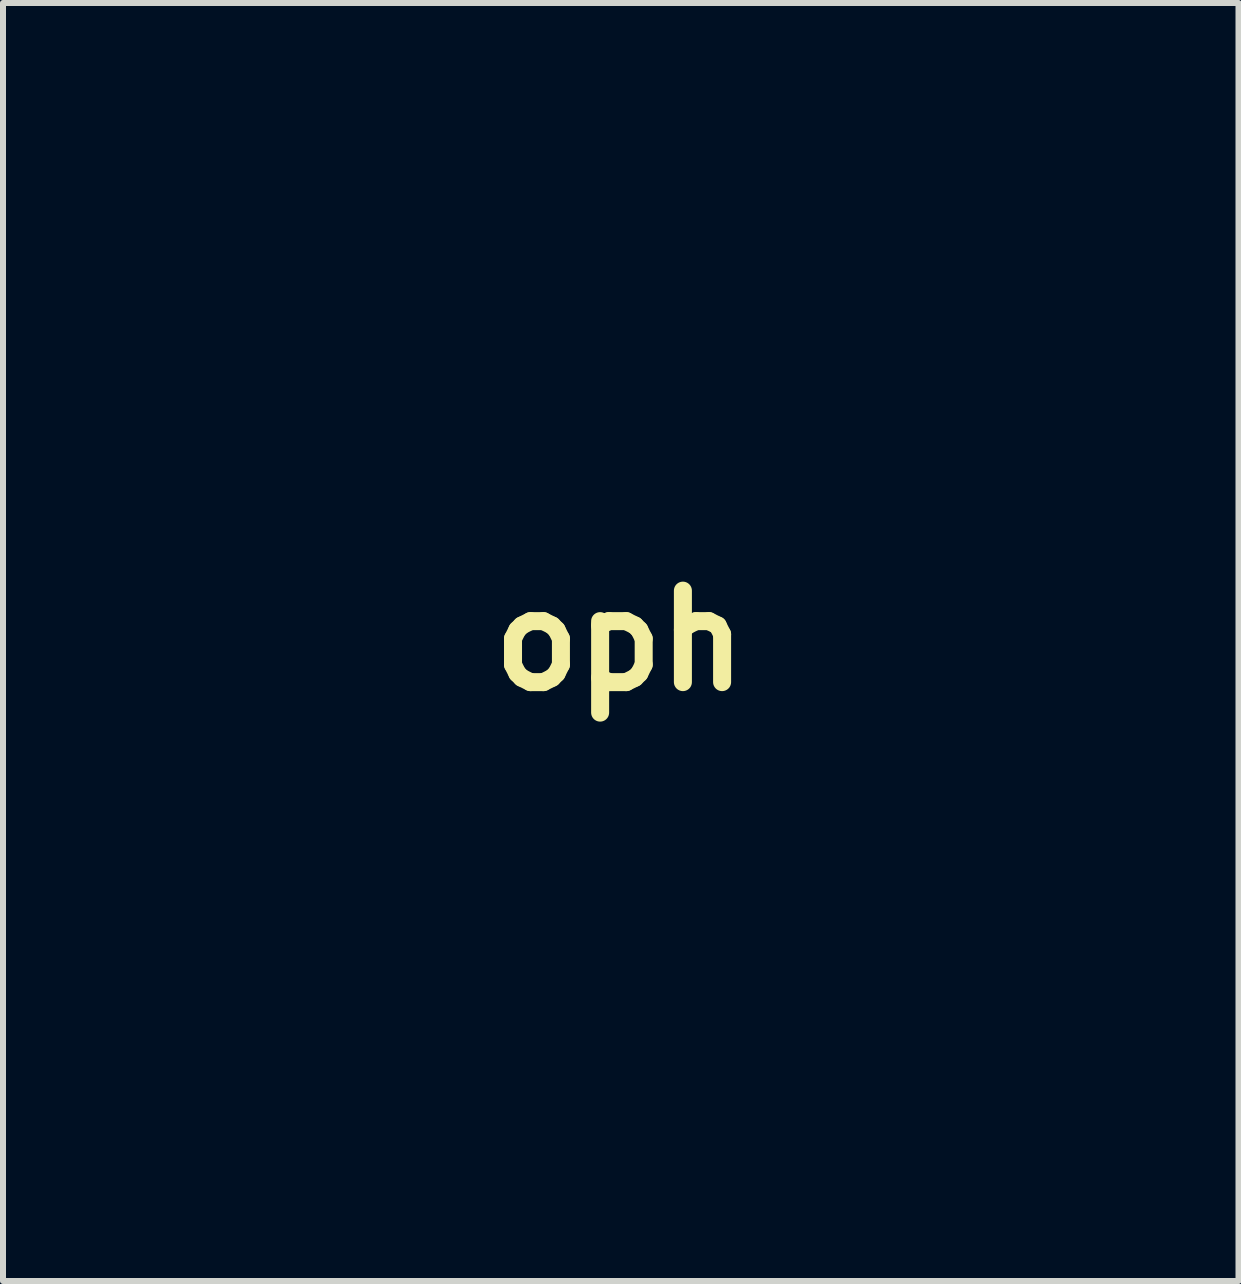
<source format=kicad_pcb>
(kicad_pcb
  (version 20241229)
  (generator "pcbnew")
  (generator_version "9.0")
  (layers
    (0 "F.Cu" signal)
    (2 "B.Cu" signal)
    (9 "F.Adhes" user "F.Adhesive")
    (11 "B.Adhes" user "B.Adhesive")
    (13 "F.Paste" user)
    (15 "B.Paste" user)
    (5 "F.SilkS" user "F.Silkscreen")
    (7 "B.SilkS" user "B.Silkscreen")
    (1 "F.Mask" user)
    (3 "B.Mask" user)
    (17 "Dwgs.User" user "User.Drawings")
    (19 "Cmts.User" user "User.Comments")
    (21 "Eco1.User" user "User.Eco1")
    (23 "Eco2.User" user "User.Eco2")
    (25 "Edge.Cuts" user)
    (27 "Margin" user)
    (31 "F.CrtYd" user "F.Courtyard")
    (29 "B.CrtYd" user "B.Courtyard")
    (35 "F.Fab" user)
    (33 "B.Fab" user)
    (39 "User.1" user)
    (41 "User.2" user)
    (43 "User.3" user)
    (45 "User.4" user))
  (footprint "oph"
    (layer "F.Cu")
    (at 7.275 7.625)
    (property "Reference" "oph" (at 0 0 0) (layer "F.SilkS") (effects (font (size 1.524 1.524) (thickness 0.3))))
    (attr through_hole)
    (fp_poly (pts (xy -2.052 6.197) (xy -1.914 6.226) (xy -1.875 6.29) (xy -1.879 6.329) (xy -1.982 6.445) (xy -2.16 6.474) (xy -2.413 6.477) (xy -2.438 7.048) (xy -2.457 7.355) (xy -2.489 7.528) (xy -2.545 7.604) (xy -2.629 7.62) (xy -2.709 7.606) (xy -2.759 7.54) (xy -2.784 7.39) (xy -2.793 7.123) (xy -2.794 6.909) (xy -2.794 6.198) (xy -2.323 6.193) (xy -2.052 6.197)) (stroke (width 0.01) (type solid)) (fill no) (layer "Eco2.User"))
    (fp_poly (pts (xy 4.144 6.203) (xy 4.281 6.238) (xy 4.296 6.289) (xy 4.195 6.379) (xy 4.057 6.422) (xy 3.84 6.481) (xy 3.712 6.607) (xy 3.653 6.835) (xy 3.641 7.122) (xy 3.631 7.414) (xy 3.595 7.569) (xy 3.525 7.619) (xy 3.514 7.62) (xy 3.45 7.589) (xy 3.411 7.476) (xy 3.391 7.251) (xy 3.387 6.915) (xy 3.387 6.211) (xy 3.859 6.198) (xy 4.144 6.203)) (stroke (width 0.01) (type solid)) (fill no) (layer "Eco2.User"))
    (fp_poly (pts (xy 4.56 3.782) (xy 4.685 3.84) (xy 4.66 3.932) (xy 4.648 3.947) (xy 4.491 4.041) (xy 4.353 4.064) (xy 4.159 4.127) (xy 4.037 4.323) (xy 3.983 4.662) (xy 3.979 4.82) (xy 3.966 5.089) (xy 3.92 5.221) (xy 3.852 5.249) (xy 3.789 5.219) (xy 3.75 5.108) (xy 3.731 4.887) (xy 3.725 4.527) (xy 3.725 4.52) (xy 3.727 4.169) (xy 3.739 3.957) (xy 3.769 3.852) (xy 3.826 3.823) (xy 3.908 3.838) (xy 4.12 3.845) (xy 4.233 3.81) (xy 4.429 3.768) (xy 4.56 3.782)) (stroke (width 0.01) (type solid)) (fill no) (layer "Eco2.User"))
    (fp_poly (pts (xy 5.653 3.832) (xy 5.817 3.946) (xy 5.819 4.037) (xy 5.668 4.094) (xy 5.475 4.106) (xy 5.243 4.122) (xy 5.119 4.192) (xy 5.047 4.336) (xy 5.017 4.631) (xy 5.068 4.791) (xy 5.153 4.935) (xy 5.269 4.985) (xy 5.48 4.966) (xy 5.501 4.963) (xy 5.741 4.95) (xy 5.874 4.993) (xy 5.878 5.074) (xy 5.765 5.16) (xy 5.449 5.251) (xy 5.148 5.201) (xy 4.917 5.026) (xy 4.772 4.739) (xy 4.748 4.441) (xy 4.827 4.163) (xy 4.987 3.937) (xy 5.211 3.797) (xy 5.477 3.774) (xy 5.653 3.832)) (stroke (width 0.01) (type solid)) (fill no) (layer "Eco2.User"))
    (fp_poly (pts (xy 3.324 3.841) (xy 3.363 3.954) (xy 3.382 4.179) (xy 3.387 4.515) (xy 3.387 5.219) (xy 2.931 5.231) (xy 2.619 5.221) (xy 2.424 5.161) (xy 2.339 5.092) (xy 2.261 4.931) (xy 2.212 4.685) (xy 2.192 4.402) (xy 2.201 4.131) (xy 2.24 3.918) (xy 2.31 3.814) (xy 2.328 3.81) (xy 2.403 3.85) (xy 2.443 3.992) (xy 2.455 4.266) (xy 2.455 4.301) (xy 2.481 4.665) (xy 2.565 4.887) (xy 2.717 4.986) (xy 2.808 4.995) (xy 2.98 4.917) (xy 3.089 4.686) (xy 3.132 4.307) (xy 3.133 4.239) (xy 3.146 3.971) (xy 3.192 3.839) (xy 3.26 3.81) (xy 3.324 3.841)) (stroke (width 0.01) (type solid)) (fill no) (layer "Eco2.User"))
    (fp_poly (pts (xy -1.863 3.888) (xy -1.822 3.928) (xy -1.703 4.07) (xy -1.638 4.233) (xy -1.612 4.472) (xy -1.609 4.695) (xy -1.614 4.995) (xy -1.638 5.162) (xy -1.69 5.235) (xy -1.774 5.249) (xy -1.864 5.23) (xy -1.917 5.147) (xy -1.947 4.964) (xy -1.965 4.678) (xy -1.99 4.106) (xy -2.498 4.106) (xy -2.523 4.678) (xy -2.546 5) (xy -2.587 5.181) (xy -2.652 5.247) (xy -2.671 5.249) (xy -2.733 5.216) (xy -2.771 5.095) (xy -2.789 4.86) (xy -2.794 4.531) (xy -2.792 4.182) (xy -2.779 3.971) (xy -2.746 3.863) (xy -2.686 3.826) (xy -2.603 3.826) (xy -2.362 3.809) (xy -2.224 3.777) (xy -2.046 3.769) (xy -1.863 3.888)) (stroke (width 0.01) (type solid)) (fill no) (layer "Eco2.User"))
    (fp_poly (pts (xy -6.447 3.818) (xy -6.225 3.977) (xy -6.089 4.236) (xy -6.047 4.548) (xy -6.107 4.863) (xy -6.247 5.101) (xy -6.443 5.215) (xy -6.706 5.244) (xy -6.956 5.188) (xy -7.063 5.116) (xy -7.216 4.865) (xy -7.259 4.622) (xy -6.988 4.622) (xy -6.945 4.776) (xy -6.846 4.944) (xy -6.687 4.985) (xy -6.625 4.98) (xy -6.487 4.951) (xy -6.418 4.875) (xy -6.395 4.707) (xy -6.392 4.53) (xy -6.398 4.279) (xy -6.432 4.154) (xy -6.52 4.111) (xy -6.639 4.106) (xy -6.855 4.176) (xy -6.977 4.359) (xy -6.988 4.622) (xy -7.259 4.622) (xy -7.27 4.555) (xy -7.231 4.24) (xy -7.104 3.976) (xy -6.932 3.833) (xy -6.692 3.77) (xy -6.447 3.818)) (stroke (width 0.01) (type solid)) (fill no) (layer "Eco2.User"))
    (fp_poly (pts (xy 1.501 3.817) (xy 1.695 3.913) (xy 1.804 4.047) (xy 1.852 4.264) (xy 1.861 4.538) (xy 1.837 4.857) (xy 1.756 5.057) (xy 1.708 5.109) (xy 1.501 5.212) (xy 1.236 5.247) (xy 1.005 5.206) (xy 0.965 5.185) (xy 0.799 4.985) (xy 0.702 4.69) (xy 0.696 4.589) (xy 0.948 4.589) (xy 1.012 4.803) (xy 1.143 4.949) (xy 1.31 4.995) (xy 1.484 4.912) (xy 1.519 4.874) (xy 1.579 4.714) (xy 1.596 4.476) (xy 1.593 4.43) (xy 1.563 4.218) (xy 1.49 4.127) (xy 1.334 4.106) (xy 1.314 4.106) (xy 1.111 4.145) (xy 0.998 4.292) (xy 0.982 4.336) (xy 0.948 4.589) (xy 0.696 4.589) (xy 0.684 4.365) (xy 0.757 4.074) (xy 0.767 4.054) (xy 0.959 3.859) (xy 1.232 3.777) (xy 1.501 3.817)) (stroke (width 0.01) (type solid)) (fill no) (layer "Eco2.User"))
    (fp_poly (pts (xy 6.958 3.83) (xy 7.144 4.03) (xy 7.253 4.345) (xy 7.303 4.657) (xy 6.821 4.657) (xy 6.546 4.664) (xy 6.406 4.692) (xy 6.362 4.755) (xy 6.367 4.805) (xy 6.442 4.91) (xy 6.634 4.958) (xy 6.733 4.964) (xy 7.008 4.975) (xy 7.144 4.995) (xy 7.172 5.036) (xy 7.122 5.111) (xy 7.112 5.122) (xy 6.931 5.225) (xy 6.674 5.249) (xy 6.413 5.197) (xy 6.222 5.079) (xy 6.098 4.82) (xy 6.068 4.515) (xy 6.12 4.204) (xy 6.356 4.204) (xy 6.37 4.32) (xy 6.523 4.392) (xy 6.646 4.403) (xy 6.868 4.374) (xy 6.943 4.284) (xy 6.943 4.279) (xy 6.872 4.129) (xy 6.706 4.047) (xy 6.518 4.065) (xy 6.496 4.075) (xy 6.356 4.204) (xy 6.12 4.204) (xy 6.126 4.17) (xy 6.279 3.924) (xy 6.491 3.782) (xy 6.729 3.749) (xy 6.958 3.83)) (stroke (width 0.01) (type solid)) (fill no) (layer "Eco2.User"))
    (fp_poly (pts (xy -3.429 3.858) (xy -3.234 4.04) (xy -3.137 4.304) (xy -3.133 4.373) (xy -3.133 4.657) (xy -3.598 4.657) (xy -3.853 4.669) (xy -4.023 4.7) (xy -4.064 4.731) (xy -3.99 4.87) (xy -3.81 4.96) (xy -3.586 4.972) (xy -3.573 4.969) (xy -3.352 4.953) (xy -3.213 4.993) (xy -3.187 5.07) (xy -3.285 5.156) (xy -3.583 5.242) (xy -3.892 5.218) (xy -4.138 5.09) (xy -4.149 5.08) (xy -4.276 4.849) (xy -4.321 4.54) (xy -4.294 4.324) (xy -4.064 4.324) (xy -3.989 4.373) (xy -3.801 4.401) (xy -3.725 4.403) (xy -3.513 4.385) (xy -3.395 4.342) (xy -3.387 4.324) (xy -3.446 4.199) (xy -3.577 4.061) (xy -3.708 3.982) (xy -3.725 3.979) (xy -3.848 4.04) (xy -3.984 4.173) (xy -4.062 4.306) (xy -4.064 4.324) (xy -4.294 4.324) (xy -4.281 4.223) (xy -4.162 3.975) (xy -3.937 3.808) (xy -3.678 3.775) (xy -3.429 3.858)) (stroke (width 0.01) (type solid)) (fill no) (layer "Eco2.User"))
    (fp_poly (pts (xy 5.289 6.257) (xy 5.493 6.454) (xy 5.586 6.729) (xy 5.588 6.773) (xy 5.58 6.919) (xy 5.529 6.994) (xy 5.393 7.023) (xy 5.129 7.027) (xy 5.122 7.027) (xy 4.826 7.04) (xy 4.686 7.086) (xy 4.691 7.178) (xy 4.826 7.324) (xy 4.989 7.427) (xy 5.161 7.401) (xy 5.204 7.383) (xy 5.391 7.332) (xy 5.468 7.377) (xy 5.469 7.497) (xy 5.348 7.596) (xy 5.15 7.656) (xy 4.923 7.661) (xy 4.768 7.621) (xy 4.557 7.45) (xy 4.43 7.178) (xy 4.4 6.855) (xy 4.459 6.619) (xy 4.694 6.619) (xy 4.698 6.716) (xy 4.862 6.767) (xy 4.995 6.773) (xy 5.237 6.752) (xy 5.318 6.689) (xy 5.315 6.674) (xy 5.189 6.511) (xy 4.998 6.446) (xy 4.852 6.483) (xy 4.694 6.619) (xy 4.459 6.619) (xy 4.48 6.534) (xy 4.5 6.493) (xy 4.653 6.281) (xy 4.857 6.193) (xy 5.016 6.182) (xy 5.289 6.257)) (stroke (width 0.01) (type solid)) (fill no) (layer "Eco2.User"))
    (fp_poly (pts (xy 0.022 3.781) (xy 0.224 3.832) (xy 0.369 3.912) (xy 0.42 4.009) (xy 0.345 4.102) (xy 0.218 4.106) (xy 0.046 4.05) (xy -0.137 3.994) (xy -0.27 4.048) (xy -0.321 4.094) (xy -0.416 4.213) (xy -0.383 4.289) (xy -0.339 4.32) (xy -0.156 4.384) (xy 0 4.403) (xy 0.275 4.467) (xy 0.436 4.629) (xy 0.463 4.855) (xy 0.381 5.05) (xy 0.251 5.185) (xy 0.059 5.242) (xy -0.113 5.249) (xy -0.377 5.224) (xy -0.588 5.162) (xy -0.626 5.139) (xy -0.727 5.041) (xy -0.688 4.956) (xy -0.65 4.923) (xy -0.519 4.867) (xy -0.468 4.907) (xy -0.354 4.967) (xy -0.148 4.995) (xy -0.122 4.995) (xy 0.08 4.976) (xy 0.161 4.899) (xy 0.169 4.826) (xy 0.125 4.698) (xy -0.033 4.657) (xy -0.066 4.657) (xy -0.355 4.601) (xy -0.557 4.459) (xy -0.657 4.267) (xy -0.641 4.061) (xy -0.493 3.88) (xy -0.4 3.826) (xy -0.199 3.775) (xy 0.022 3.781)) (stroke (width 0.01) (type solid)) (fill no) (layer "Eco2.User"))
    (fp_poly (pts (xy -3.442 6.211) (xy -3.269 6.319) (xy -3.172 6.531) (xy -3.135 6.874) (xy -3.133 7.032) (xy -3.136 7.34) (xy -3.156 7.515) (xy -3.203 7.595) (xy -3.289 7.614) (xy -3.323 7.614) (xy -3.561 7.632) (xy -3.725 7.662) (xy -3.992 7.646) (xy -4.128 7.577) (xy -4.29 7.386) (xy -4.31 7.178) (xy -4.301 7.163) (xy -4.037 7.163) (xy -4.026 7.311) (xy -3.904 7.411) (xy -3.725 7.445) (xy -3.544 7.393) (xy -3.488 7.349) (xy -3.386 7.187) (xy -3.441 7.076) (xy -3.645 7.028) (xy -3.686 7.027) (xy -3.936 7.068) (xy -4.037 7.163) (xy -4.301 7.163) (xy -4.205 6.985) (xy -3.996 6.84) (xy -3.7 6.774) (xy -3.658 6.773) (xy -3.464 6.755) (xy -3.399 6.684) (xy -3.403 6.625) (xy -3.47 6.524) (xy -3.647 6.476) (xy -3.792 6.468) (xy -4.029 6.449) (xy -4.187 6.414) (xy -4.212 6.4) (xy -4.216 6.316) (xy -4.09 6.242) (xy -3.873 6.192) (xy -3.71 6.182) (xy -3.442 6.211)) (stroke (width 0.01) (type solid)) (fill no) (layer "Eco2.User"))
    (fp_poly (pts (xy -0.665 5.613) (xy -0.628 5.707) (xy -0.606 5.895) (xy -0.595 6.203) (xy -0.593 6.603) (xy -0.594 7.031) (xy -0.601 7.317) (xy -0.619 7.491) (xy -0.654 7.579) (xy -0.71 7.61) (xy -0.783 7.612) (xy -1.024 7.632) (xy -1.148 7.66) (xy -1.369 7.646) (xy -1.52 7.556) (xy -1.638 7.43) (xy -1.698 7.264) (xy -1.717 6.999) (xy -1.718 6.917) (xy -1.715 6.884) (xy -1.439 6.884) (xy -1.425 7.164) (xy -1.364 7.31) (xy -1.233 7.356) (xy -1.104 7.349) (xy -0.969 7.315) (xy -0.907 7.222) (xy -0.889 7.022) (xy -0.889 6.952) (xy -0.932 6.647) (xy -1.053 6.473) (xy -1.24 6.443) (xy -1.301 6.461) (xy -1.398 6.563) (xy -1.437 6.789) (xy -1.439 6.884) (xy -1.715 6.884) (xy -1.693 6.546) (xy -1.609 6.318) (xy -1.448 6.21) (xy -1.194 6.203) (xy -1.168 6.206) (xy -0.847 6.249) (xy -0.847 5.919) (xy -0.825 5.686) (xy -0.752 5.593) (xy -0.72 5.588) (xy -0.665 5.613)) (stroke (width 0.01) (type solid)) (fill no) (layer "Eco2.User"))
    (fp_poly (pts (xy 2.813 6.26) (xy 2.913 6.416) (xy 2.956 6.692) (xy 2.963 6.994) (xy 2.96 7.314) (xy 2.943 7.5) (xy 2.901 7.587) (xy 2.823 7.612) (xy 2.773 7.612) (xy 2.535 7.627) (xy 2.413 7.652) (xy 2.2 7.657) (xy 2.053 7.619) (xy 1.907 7.53) (xy 1.863 7.46) (xy 1.835 7.314) (xy 1.814 7.252) (xy 1.822 7.163) (xy 2.084 7.163) (xy 2.095 7.284) (xy 2.184 7.361) (xy 2.352 7.439) (xy 2.499 7.426) (xy 2.575 7.399) (xy 2.688 7.281) (xy 2.709 7.188) (xy 2.671 7.075) (xy 2.528 7.031) (xy 2.422 7.027) (xy 2.201 7.067) (xy 2.084 7.163) (xy 1.822 7.163) (xy 1.829 7.086) (xy 1.969 6.928) (xy 2.189 6.813) (xy 2.419 6.773) (xy 2.622 6.757) (xy 2.695 6.694) (xy 2.693 6.625) (xy 2.622 6.521) (xy 2.437 6.476) (xy 2.327 6.472) (xy 2.075 6.437) (xy 1.976 6.363) (xy 2.025 6.279) (xy 2.221 6.213) (xy 2.356 6.197) (xy 2.634 6.196) (xy 2.813 6.26)) (stroke (width 0.01) (type solid)) (fill no) (layer "Eco2.User"))
    (fp_poly (pts (xy -0.073 6.304) (xy 0.035 6.554) (xy 0.083 6.725) (xy 0.153 6.968) (xy 0.219 7.115) (xy 0.258 7.136) (xy 0.316 7.023) (xy 0.401 6.805) (xy 0.462 6.625) (xy 0.56 6.38) (xy 0.659 6.219) (xy 0.715 6.181) (xy 0.794 6.256) (xy 0.889 6.455) (xy 0.967 6.689) (xy 1.046 6.953) (xy 1.11 7.136) (xy 1.143 7.197) (xy 1.181 7.122) (xy 1.248 6.928) (xy 1.319 6.689) (xy 1.418 6.398) (xy 1.517 6.221) (xy 1.577 6.181) (xy 1.657 6.204) (xy 1.684 6.29) (xy 1.657 6.467) (xy 1.571 6.759) (xy 1.495 6.99) (xy 1.353 7.357) (xy 1.228 7.558) (xy 1.113 7.595) (xy 1.001 7.469) (xy 0.887 7.183) (xy 0.881 7.163) (xy 0.792 6.92) (xy 0.714 6.766) (xy 0.671 6.735) (xy 0.616 6.833) (xy 0.543 7.041) (xy 0.5 7.197) (xy 0.4 7.495) (xy 0.295 7.629) (xy 0.181 7.597) (xy 0.056 7.4) (xy -0.082 7.036) (xy -0.118 6.924) (xy -0.21 6.607) (xy -0.273 6.357) (xy -0.299 6.213) (xy -0.296 6.194) (xy -0.189 6.177) (xy -0.073 6.304)) (stroke (width 0.01) (type solid)) (fill no) (layer "Eco2.User"))
    (fp_poly (pts (xy -4.803 3.849) (xy -4.652 4.017) (xy -4.581 4.321) (xy -4.572 4.533) (xy -4.614 4.904) (xy -4.744 5.135) (xy -4.97 5.233) (xy -5.205 5.224) (xy -5.503 5.175) (xy -5.503 6.255) (xy -5.205 6.206) (xy -4.923 6.2) (xy -4.732 6.301) (xy -4.62 6.524) (xy -4.575 6.888) (xy -4.572 7.04) (xy -4.58 7.358) (xy -4.608 7.539) (xy -4.662 7.613) (xy -4.699 7.62) (xy -4.774 7.58) (xy -4.813 7.438) (xy -4.826 7.164) (xy -4.826 7.129) (xy -4.852 6.765) (xy -4.935 6.543) (xy -5.087 6.444) (xy -5.179 6.435) (xy -5.351 6.513) (xy -5.459 6.744) (xy -5.503 7.123) (xy -5.503 7.191) (xy -5.517 7.459) (xy -5.563 7.591) (xy -5.63 7.62) (xy -5.672 7.6) (xy -5.704 7.528) (xy -5.726 7.383) (xy -5.742 7.146) (xy -5.751 6.798) (xy -5.756 6.318) (xy -5.757 5.718) (xy -5.757 4.507) (xy -5.49 4.507) (xy -5.446 4.756) (xy -5.436 4.78) (xy -5.292 4.95) (xy -5.112 4.987) (xy -4.949 4.885) (xy -4.914 4.832) (xy -4.835 4.572) (xy -4.851 4.319) (xy -4.949 4.152) (xy -5.137 4.075) (xy -5.308 4.131) (xy -5.435 4.287) (xy -5.49 4.507) (xy -5.757 4.507) (xy -5.757 3.817) (xy -5.524 3.812) (xy -5.254 3.807) (xy -5.042 3.801) (xy -4.803 3.849)) (stroke (width 0.01) (type solid)) (fill no) (layer "Eco2.User"))
    (fp_poly (pts (xy 0.838 -7.176) (xy 0.901 -6.844) (xy 0.961 -6.52) (xy 0.982 -6.403) (xy 1.024 -6.225) (xy 1.1 -6.1) (xy 1.249 -5.991) (xy 1.507 -5.863) (xy 1.586 -5.827) (xy 2.134 -5.579) (xy 2.753 -6.007) (xy 3.036 -6.198) (xy 3.268 -6.345) (xy 3.413 -6.426) (xy 3.44 -6.435) (xy 3.533 -6.378) (xy 3.703 -6.231) (xy 3.916 -6.029) (xy 4.136 -5.809) (xy 4.328 -5.604) (xy 4.455 -5.451) (xy 4.487 -5.392) (xy 4.441 -5.293) (xy 4.319 -5.094) (xy 4.144 -4.831) (xy 4.071 -4.726) (xy 3.654 -4.135) (xy 3.895 -3.57) (xy 3.995 -3.334) (xy 4.078 -3.169) (xy 4.178 -3.058) (xy 4.326 -2.98) (xy 4.553 -2.917) (xy 4.893 -2.848) (xy 5.186 -2.792) (xy 5.673 -2.697) (xy 5.673 -1.197) (xy 5.228 -1.11) (xy 4.903 -1.047) (xy 4.59 -0.989) (xy 4.477 -0.969) (xy 4.311 -0.93) (xy 4.196 -0.855) (xy 4.099 -0.707) (xy 3.986 -0.448) (xy 3.947 -0.35) (xy 3.838 -0.064) (xy 3.759 0.157) (xy 3.726 0.27) (xy 3.725 0.273) (xy 3.771 0.365) (xy 3.891 0.557) (xy 4.062 0.812) (xy 4.106 0.876) (xy 4.286 1.142) (xy 4.421 1.358) (xy 4.485 1.484) (xy 4.487 1.496) (xy 4.43 1.589) (xy 4.282 1.76) (xy 4.079 1.972) (xy 3.857 2.192) (xy 3.651 2.382) (xy 3.497 2.509) (xy 3.437 2.54) (xy 3.339 2.494) (xy 3.142 2.371) (xy 2.885 2.197) (xy 2.814 2.146) (xy 2.262 1.752) (xy 1.977 1.906) (xy 1.787 1.996) (xy 1.671 2.028) (xy 1.659 2.024) (xy 1.609 1.929) (xy 1.511 1.71) (xy 1.38 1.403) (xy 1.229 1.042) (xy 1.073 0.661) (xy 0.926 0.295) (xy 0.801 -0.021) (xy 0.714 -0.254) (xy 0.678 -0.369) (xy 0.677 -0.372) (xy 0.739 -0.477) (xy 0.893 -0.634) (xy 0.983 -0.709) (xy 1.284 -1.037) (xy 1.502 -1.445) (xy 1.602 -1.867) (xy 1.605 -1.947) (xy 1.526 -2.399) (xy 1.308 -2.817) (xy 0.985 -3.168) (xy 0.585 -3.422) (xy 0.141 -3.547) (xy 0 -3.555) (xy -0.451 -3.476) (xy -0.868 -3.258) (xy -1.218 -2.934) (xy -1.472 -2.533) (xy -1.597 -2.089) (xy -1.605 -1.947) (xy -1.532 -1.53) (xy -1.335 -1.114) (xy -1.048 -0.765) (xy -0.983 -0.709) (xy -0.8 -0.545) (xy -0.691 -0.41) (xy -0.677 -0.372) (xy -0.708 -0.273) (xy -0.791 -0.052) (xy -0.911 0.256) (xy -1.056 0.617) (xy -1.21 0.996) (xy -1.36 1.36) (xy -1.493 1.673) (xy -1.593 1.902) (xy -1.647 2.011) (xy -1.649 2.014) (xy -1.732 1.998) (xy -1.909 1.926) (xy -1.963 1.9) (xy -2.255 1.762) (xy -2.811 2.151) (xy -3.081 2.333) (xy -3.299 2.47) (xy -3.429 2.537) (xy -3.443 2.54) (xy -3.534 2.484) (xy -3.709 2.334) (xy -3.934 2.119) (xy -4.003 2.051) (xy -4.228 1.815) (xy -4.397 1.623) (xy -4.482 1.506) (xy -4.487 1.491) (xy -4.442 1.393) (xy -4.321 1.195) (xy -4.15 0.938) (xy -4.106 0.876) (xy -3.927 0.612) (xy -3.793 0.402) (xy -3.728 0.284) (xy -3.725 0.273) (xy -3.754 0.171) (xy -3.83 -0.043) (xy -3.938 -0.325) (xy -3.947 -0.35) (xy -4.07 -0.647) (xy -4.169 -0.823) (xy -4.276 -0.914) (xy -4.424 -0.96) (xy -4.477 -0.969) (xy -4.747 -1.018) (xy -5.079 -1.081) (xy -5.228 -1.11) (xy -5.673 -1.197) (xy -5.673 -2.196) (xy -5.336 -2.196) (xy -5.334 -1.972) (xy -5.334 -1.913) (xy -5.334 -1.374) (xy -4.763 -1.268) (xy -4.453 -1.205) (xy -4.198 -1.142) (xy -4.058 -1.095) (xy -3.965 -0.985) (xy -3.843 -0.762) (xy -3.712 -0.475) (xy -3.593 -0.171) (xy -3.506 0.1) (xy -3.471 0.291) (xy -3.471 0.293) (xy -3.516 0.439) (xy -3.633 0.676) (xy -3.799 0.956) (xy -3.823 0.993) (xy -4.174 1.533) (xy -3.848 1.867) (xy -3.653 2.052) (xy -3.499 2.174) (xy -3.439 2.201) (xy -3.332 2.158) (xy -3.127 2.043) (xy -2.863 1.88) (xy -2.818 1.851) (xy -2.535 1.673) (xy -2.348 1.579) (xy -2.213 1.555) (xy -2.089 1.587) (xy -2.058 1.601) (xy -1.881 1.652) (xy -1.778 1.634) (xy -1.724 1.532) (xy -1.623 1.308) (xy -1.489 0.994) (xy -1.352 0.661) (xy -0.986 -0.244) (xy -1.333 -0.621) (xy -1.654 -1.08) (xy -1.828 -1.581) (xy -1.855 -2.096) (xy -1.736 -2.595) (xy -1.469 -3.05) (xy -1.371 -3.162) (xy -0.951 -3.498) (xy -0.487 -3.691) (xy -0.005 -3.751) (xy 0.47 -3.688) (xy 0.913 -3.51) (xy 1.299 -3.23) (xy 1.603 -2.855) (xy 1.798 -2.395) (xy 1.862 -1.905) (xy 1.787 -1.397) (xy 1.557 -0.92) (xy 1.34 -0.638) (xy 0.988 -0.239) (xy 1.354 0.664) (xy 1.504 1.028) (xy 1.635 1.334) (xy 1.732 1.548) (xy 1.778 1.634) (xy 1.889 1.651) (xy 2.058 1.601) (xy 2.186 1.558) (xy 2.315 1.568) (xy 2.487 1.645) (xy 2.744 1.803) (xy 2.818 1.851) (xy 3.087 2.019) (xy 3.305 2.143) (xy 3.43 2.2) (xy 3.439 2.201) (xy 3.54 2.145) (xy 3.711 2) (xy 3.848 1.867) (xy 4.174 1.533) (xy 3.823 0.993) (xy 3.652 0.711) (xy 3.527 0.466) (xy 3.472 0.305) (xy 3.471 0.293) (xy 3.505 0.103) (xy 3.591 -0.167) (xy 3.71 -0.471) (xy 3.841 -0.759) (xy 3.964 -0.983) (xy 4.057 -1.094) (xy 4.058 -1.095) (xy 4.206 -1.144) (xy 4.464 -1.208) (xy 4.763 -1.268) (xy 5.334 -1.374) (xy 5.334 -1.913) (xy 5.336 -2.156) (xy 5.324 -2.316) (xy 5.268 -2.419) (xy 5.14 -2.486) (xy 4.911 -2.543) (xy 4.553 -2.611) (xy 4.458 -2.629) (xy 3.963 -2.725) (xy 3.675 -3.357) (xy 3.541 -3.661) (xy 3.44 -3.911) (xy 3.389 -4.063) (xy 3.387 -4.082) (xy 3.432 -4.191) (xy 3.552 -4.399) (xy 3.724 -4.667) (xy 3.785 -4.758) (xy 4.183 -5.34) (xy 3.803 -5.72) (xy 3.423 -6.1) (xy 2.875 -5.718) (xy 2.592 -5.535) (xy 2.34 -5.4) (xy 2.168 -5.337) (xy 2.149 -5.335) (xy 1.95 -5.37) (xy 1.665 -5.462) (xy 1.357 -5.584) (xy 1.089 -5.713) (xy 0.931 -5.816) (xy 0.855 -5.951) (xy 0.768 -6.203) (xy 0.688 -6.522) (xy 0.675 -6.585) (xy 0.546 -7.239) (xy -0.546 -7.239) (xy -0.675 -6.585) (xy -0.752 -6.259) (xy -0.839 -5.99) (xy -0.919 -5.83) (xy -0.931 -5.816) (xy -1.106 -5.704) (xy -1.379 -5.575) (xy -1.688 -5.454) (xy -1.969 -5.366) (xy -2.149 -5.335) (xy -2.302 -5.382) (xy -2.542 -5.506) (xy -2.824 -5.682) (xy -2.875 -5.718) (xy -3.423 -6.1) (xy -4.183 -5.34) (xy -3.785 -4.758) (xy -3.601 -4.478) (xy -3.462 -4.247) (xy -3.391 -4.103) (xy -3.387 -4.082) (xy -3.42 -3.966) (xy -3.508 -3.739) (xy -3.634 -3.446) (xy -3.675 -3.357) (xy -3.963 -2.725) (xy -4.458 -2.629) (xy -4.847 -2.555) (xy -5.101 -2.498) (xy -5.248 -2.435) (xy -5.317 -2.342) (xy -5.336 -2.196) (xy -5.673 -2.196) (xy -5.673 -2.697) (xy -5.186 -2.792) (xy -4.757 -2.874) (xy -4.461 -2.939) (xy -4.265 -3.006) (xy -4.139 -3.093) (xy -4.048 -3.221) (xy -3.962 -3.409) (xy -3.895 -3.57) (xy -3.654 -4.135) (xy -4.071 -4.726) (xy -4.26 -5.003) (xy -4.404 -5.23) (xy -4.481 -5.37) (xy -4.487 -5.392) (xy -4.43 -5.484) (xy -4.283 -5.654) (xy -4.08 -5.866) (xy -3.859 -6.085) (xy -3.653 -6.276) (xy -3.5 -6.403) (xy -3.44 -6.435) (xy -3.344 -6.389) (xy -3.146 -6.269) (xy -2.881 -6.094) (xy -2.758 -6.01) (xy -2.144 -5.586) (xy -1.686 -5.771) (xy -1.367 -5.905) (xy -1.172 -6.014) (xy -1.063 -6.128) (xy -1.006 -6.282) (xy -0.979 -6.417) (xy -0.93 -6.692) (xy -0.866 -7.028) (xy -0.838 -7.176) (xy -0.75 -7.62) (xy 0.75 -7.62) (xy 0.838 -7.176)) (stroke (width 0.01) (type solid)) (fill no) (layer "Eco2.User")))
  (gr_rect
    (start -3 -3)
    (end 17.584 18.292)
    (stroke (width 0.1) (type default))
    (fill no)
    (layer "Edge.Cuts")))
</source>
